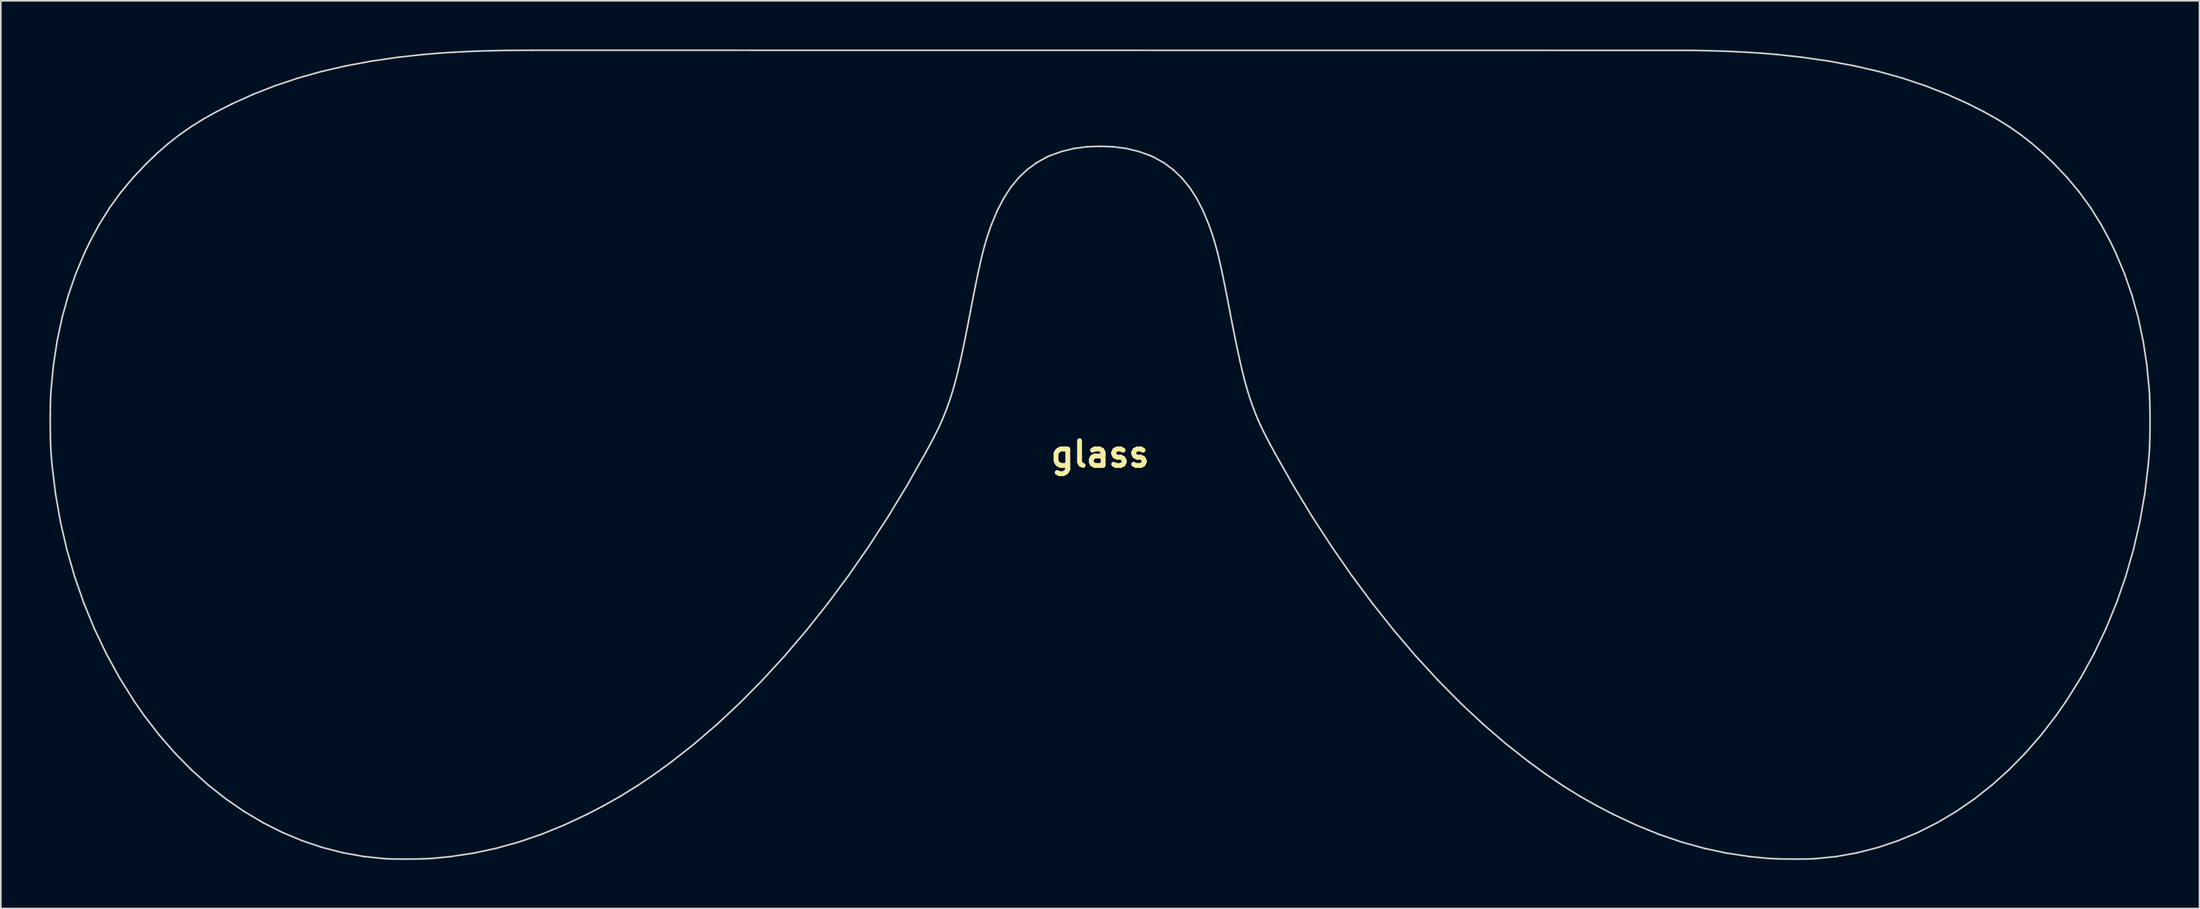
<source format=kicad_pcb>
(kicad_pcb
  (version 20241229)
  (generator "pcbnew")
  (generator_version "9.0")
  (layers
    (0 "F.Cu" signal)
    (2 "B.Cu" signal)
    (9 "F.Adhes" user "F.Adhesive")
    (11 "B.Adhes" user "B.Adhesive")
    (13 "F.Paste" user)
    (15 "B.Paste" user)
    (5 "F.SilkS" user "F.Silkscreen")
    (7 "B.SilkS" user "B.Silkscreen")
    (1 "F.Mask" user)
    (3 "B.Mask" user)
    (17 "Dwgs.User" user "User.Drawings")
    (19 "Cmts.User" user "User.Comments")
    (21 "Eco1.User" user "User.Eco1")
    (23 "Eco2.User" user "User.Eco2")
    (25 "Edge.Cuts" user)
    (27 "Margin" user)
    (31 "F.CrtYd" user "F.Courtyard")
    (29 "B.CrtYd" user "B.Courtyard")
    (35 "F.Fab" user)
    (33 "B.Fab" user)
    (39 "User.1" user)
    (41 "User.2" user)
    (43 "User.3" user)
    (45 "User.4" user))
  (footprint "glass"
    (layer "F.Cu")
    (at 64.815 5.978)
    (property "Reference" "glass" (at 0 19 0) (layer "F.SilkS") (effects (font (size 1.524 1.524) (thickness 0.3))))
    (attr through_hole)
    (fp_line (start -64.765 17.101) (end -64.764 16.576) (stroke (width 0.1) (type solid)) (layer "Edge.Cuts"))
    (fp_line (start -64.764 16.576) (end -64.757 16.069) (stroke (width 0.1) (type solid)) (layer "Edge.Cuts"))
    (fp_line (start -64.761 17.621) (end -64.765 17.101) (stroke (width 0.1) (type solid)) (layer "Edge.Cuts"))
    (fp_line (start -64.757 16.069) (end -64.745 15.602) (stroke (width 0.1) (type solid)) (layer "Edge.Cuts"))
    (fp_line (start -64.752 18.111) (end -64.761 17.621) (stroke (width 0.1) (type solid)) (layer "Edge.Cuts"))
    (fp_line (start -64.745 15.602) (end -64.728 15.2) (stroke (width 0.1) (type solid)) (layer "Edge.Cuts"))
    (fp_line (start -64.737 18.548) (end -64.752 18.111) (stroke (width 0.1) (type solid)) (layer "Edge.Cuts"))
    (fp_line (start -64.728 15.2) (end -64.717 15.033) (stroke (width 0.1) (type solid)) (layer "Edge.Cuts"))
    (fp_line (start -64.717 15.033) (end -64.566 13.489) (stroke (width 0.1) (type solid)) (layer "Edge.Cuts"))
    (fp_line (start -64.717 18.91) (end -64.737 18.548) (stroke (width 0.1) (type solid)) (layer "Edge.Cuts"))
    (fp_line (start -64.655 19.66) (end -64.717 18.91) (stroke (width 0.1) (type solid)) (layer "Edge.Cuts"))
    (fp_line (start -64.566 13.489) (end -64.34 12.005) (stroke (width 0.1) (type solid)) (layer "Edge.Cuts"))
    (fp_line (start -64.442 21.425) (end -64.655 19.66) (stroke (width 0.1) (type solid)) (layer "Edge.Cuts"))
    (fp_line (start -64.34 12.005) (end -64.037 10.578) (stroke (width 0.1) (type solid)) (layer "Edge.Cuts"))
    (fp_line (start -64.138 23.163) (end -64.442 21.425) (stroke (width 0.1) (type solid)) (layer "Edge.Cuts"))
    (fp_line (start -64.037 10.578) (end -63.655 9.201) (stroke (width 0.1) (type solid)) (layer "Edge.Cuts"))
    (fp_line (start -63.744 24.871) (end -64.138 23.163) (stroke (width 0.1) (type solid)) (layer "Edge.Cuts"))
    (fp_line (start -63.655 9.201) (end -63.194 7.87) (stroke (width 0.1) (type solid)) (layer "Edge.Cuts"))
    (fp_line (start -63.263 26.544) (end -63.744 24.871) (stroke (width 0.1) (type solid)) (layer "Edge.Cuts"))
    (fp_line (start -63.194 7.87) (end -62.652 6.58) (stroke (width 0.1) (type solid)) (layer "Edge.Cuts"))
    (fp_line (start -62.695 28.178) (end -63.263 26.544) (stroke (width 0.1) (type solid)) (layer "Edge.Cuts"))
    (fp_line (start -62.652 6.58) (end -62.329 5.906) (stroke (width 0.1) (type solid)) (layer "Edge.Cuts"))
    (fp_line (start -62.329 5.906) (end -61.742 4.815) (stroke (width 0.1) (type solid)) (layer "Edge.Cuts"))
    (fp_line (start -62.041 29.769) (end -62.695 28.178) (stroke (width 0.1) (type solid)) (layer "Edge.Cuts"))
    (fp_line (start -61.742 4.815) (end -61.109 3.801) (stroke (width 0.1) (type solid)) (layer "Edge.Cuts"))
    (fp_line (start -61.304 31.313) (end -62.041 29.769) (stroke (width 0.1) (type solid)) (layer "Edge.Cuts"))
    (fp_line (start -61.109 3.801) (end -60.416 2.843) (stroke (width 0.1) (type solid)) (layer "Edge.Cuts"))
    (fp_line (start -60.484 32.806) (end -61.304 31.313) (stroke (width 0.1) (type solid)) (layer "Edge.Cuts"))
    (fp_line (start -60.416 2.843) (end -59.65 1.926) (stroke (width 0.1) (type solid)) (layer "Edge.Cuts"))
    (fp_line (start -59.65 1.926) (end -58.833 1.063) (stroke (width 0.1) (type solid)) (layer "Edge.Cuts"))
    (fp_line (start -59.582 34.245) (end -60.484 32.806) (stroke (width 0.1) (type solid)) (layer "Edge.Cuts"))
    (fp_line (start -58.955 35.144) (end -59.582 34.245) (stroke (width 0.1) (type solid)) (layer "Edge.Cuts"))
    (fp_line (start -58.833 1.063) (end -58.159 0.418) (stroke (width 0.1) (type solid)) (layer "Edge.Cuts"))
    (fp_line (start -58.159 0.418) (end -57.489 -0.167) (stroke (width 0.1) (type solid)) (layer "Edge.Cuts"))
    (fp_line (start -58.04 36.328) (end -58.955 35.144) (stroke (width 0.1) (type solid)) (layer "Edge.Cuts"))
    (fp_line (start -57.489 -0.167) (end -56.806 -0.702) (stroke (width 0.1) (type solid)) (layer "Edge.Cuts"))
    (fp_line (start -57.078 37.433) (end -58.04 36.328) (stroke (width 0.1) (type solid)) (layer "Edge.Cuts"))
    (fp_line (start -56.806 -0.702) (end -56.094 -1.2) (stroke (width 0.1) (type solid)) (layer "Edge.Cuts"))
    (fp_line (start -56.094 -1.2) (end -55.335 -1.674) (stroke (width 0.1) (type solid)) (layer "Edge.Cuts"))
    (fp_line (start -56.072 38.458) (end -57.078 37.433) (stroke (width 0.1) (type solid)) (layer "Edge.Cuts"))
    (fp_line (start -55.335 -1.674) (end -54.513 -2.134) (stroke (width 0.1) (type solid)) (layer "Edge.Cuts"))
    (fp_line (start -55.022 39.402) (end -56.072 38.458) (stroke (width 0.1) (type solid)) (layer "Edge.Cuts"))
    (fp_line (start -54.513 -2.134) (end -53.609 -2.592) (stroke (width 0.1) (type solid)) (layer "Edge.Cuts"))
    (fp_line (start -53.934 40.262) (end -55.022 39.402) (stroke (width 0.1) (type solid)) (layer "Edge.Cuts"))
    (fp_line (start -53.609 -2.592) (end -53.56 -2.616) (stroke (width 0.1) (type solid)) (layer "Edge.Cuts"))
    (fp_line (start -53.56 -2.616) (end -52.252 -3.208) (stroke (width 0.1) (type solid)) (layer "Edge.Cuts"))
    (fp_line (start -52.808 41.038) (end -53.934 40.262) (stroke (width 0.1) (type solid)) (layer "Edge.Cuts"))
    (fp_line (start -52.252 -3.208) (end -50.9 -3.737) (stroke (width 0.1) (type solid)) (layer "Edge.Cuts"))
    (fp_line (start -51.648 41.727) (end -52.808 41.038) (stroke (width 0.1) (type solid)) (layer "Edge.Cuts"))
    (fp_line (start -50.9 -3.737) (end -49.498 -4.206) (stroke (width 0.1) (type solid)) (layer "Edge.Cuts"))
    (fp_line (start -50.456 42.328) (end -51.648 41.727) (stroke (width 0.1) (type solid)) (layer "Edge.Cuts"))
    (fp_line (start -49.498 -4.206) (end -48.04 -4.615) (stroke (width 0.1) (type solid)) (layer "Edge.Cuts"))
    (fp_line (start -49.235 42.839) (end -50.456 42.328) (stroke (width 0.1) (type solid)) (layer "Edge.Cuts"))
    (fp_line (start -48.04 -4.615) (end -46.519 -4.966) (stroke (width 0.1) (type solid)) (layer "Edge.Cuts"))
    (fp_line (start -47.988 43.259) (end -49.235 42.839) (stroke (width 0.1) (type solid)) (layer "Edge.Cuts"))
    (fp_line (start -46.717 43.586) (end -47.988 43.259) (stroke (width 0.1) (type solid)) (layer "Edge.Cuts"))
    (fp_line (start -46.519 -4.966) (end -44.932 -5.26) (stroke (width 0.1) (type solid)) (layer "Edge.Cuts"))
    (fp_line (start -45.425 43.818) (end -46.717 43.586) (stroke (width 0.1) (type solid)) (layer "Edge.Cuts"))
    (fp_line (start -44.932 -5.26) (end -43.27 -5.5) (stroke (width 0.1) (type solid)) (layer "Edge.Cuts"))
    (fp_line (start -44.114 43.953) (end -45.425 43.818) (stroke (width 0.1) (type solid)) (layer "Edge.Cuts"))
    (fp_line (start -43.859 43.965) (end -44.114 43.953) (stroke (width 0.1) (type solid)) (layer "Edge.Cuts"))
    (fp_line (start -43.515 43.973) (end -43.859 43.965) (stroke (width 0.1) (type solid)) (layer "Edge.Cuts"))
    (fp_line (start -43.27 -5.5) (end -41.729 -5.667) (stroke (width 0.1) (type solid)) (layer "Edge.Cuts"))
    (fp_line (start -43.12 43.977) (end -43.515 43.973) (stroke (width 0.1) (type solid)) (layer "Edge.Cuts"))
    (fp_line (start -42.698 43.977) (end -43.12 43.977) (stroke (width 0.1) (type solid)) (layer "Edge.Cuts"))
    (fp_line (start -42.274 43.972) (end -42.698 43.977) (stroke (width 0.1) (type solid)) (layer "Edge.Cuts"))
    (fp_line (start -41.871 43.964) (end -42.274 43.972) (stroke (width 0.1) (type solid)) (layer "Edge.Cuts"))
    (fp_line (start -41.729 -5.667) (end -40.78 -5.747) (stroke (width 0.1) (type solid)) (layer "Edge.Cuts"))
    (fp_line (start -41.516 43.951) (end -41.871 43.964) (stroke (width 0.1) (type solid)) (layer "Edge.Cuts"))
    (fp_line (start -41.231 43.936) (end -41.516 43.951) (stroke (width 0.1) (type solid)) (layer "Edge.Cuts"))
    (fp_line (start -40.78 -5.747) (end -39.781 -5.811) (stroke (width 0.1) (type solid)) (layer "Edge.Cuts"))
    (fp_line (start -40.102 43.827) (end -41.231 43.936) (stroke (width 0.1) (type solid)) (layer "Edge.Cuts"))
    (fp_line (start -39.781 -5.811) (end -38.726 -5.862) (stroke (width 0.1) (type solid)) (layer "Edge.Cuts"))
    (fp_line (start -38.726 -5.862) (end -37.61 -5.898) (stroke (width 0.1) (type solid)) (layer "Edge.Cuts"))
    (fp_line (start -38.678 43.614) (end -40.102 43.827) (stroke (width 0.1) (type solid)) (layer "Edge.Cuts"))
    (fp_line (start -37.61 -5.898) (end -36.429 -5.92) (stroke (width 0.1) (type solid)) (layer "Edge.Cuts"))
    (fp_line (start -37.272 43.315) (end -38.678 43.614) (stroke (width 0.1) (type solid)) (layer "Edge.Cuts"))
    (fp_line (start -36.429 -5.92) (end -35 -5.928) (stroke (width 0.1) (type solid)) (layer "Edge.Cuts"))
    (fp_line (start -35.875 42.929) (end -37.272 43.315) (stroke (width 0.1) (type solid)) (layer "Edge.Cuts"))
    (fp_line (start -35 -5.928) (end 36.429 -5.92) (stroke (width 0.1) (type solid)) (layer "Edge.Cuts"))
    (fp_line (start -34.48 42.453) (end -35.875 42.929) (stroke (width 0.1) (type solid)) (layer "Edge.Cuts"))
    (fp_line (start -33.079 41.884) (end -34.48 42.453) (stroke (width 0.1) (type solid)) (layer "Edge.Cuts"))
    (fp_line (start -31.663 41.221) (end -33.079 41.884) (stroke (width 0.1) (type solid)) (layer "Edge.Cuts"))
    (fp_line (start -30.673 40.708) (end -31.663 41.221) (stroke (width 0.1) (type solid)) (layer "Edge.Cuts"))
    (fp_line (start -29.608 40.107) (end -30.673 40.708) (stroke (width 0.1) (type solid)) (layer "Edge.Cuts"))
    (fp_line (start -28.569 39.464) (end -29.608 40.107) (stroke (width 0.1) (type solid)) (layer "Edge.Cuts"))
    (fp_line (start -27.531 38.766) (end -28.569 39.464) (stroke (width 0.1) (type solid)) (layer "Edge.Cuts"))
    (fp_line (start -26.469 37.995) (end -27.531 38.766) (stroke (width 0.1) (type solid)) (layer "Edge.Cuts"))
    (fp_line (start -25.058 36.887) (end -26.469 37.995) (stroke (width 0.1) (type solid)) (layer "Edge.Cuts"))
    (fp_line (start -23.63 35.659) (end -25.058 36.887) (stroke (width 0.1) (type solid)) (layer "Edge.Cuts"))
    (fp_line (start -22.219 34.339) (end -23.63 35.659) (stroke (width 0.1) (type solid)) (layer "Edge.Cuts"))
    (fp_line (start -20.828 32.931) (end -22.219 34.339) (stroke (width 0.1) (type solid)) (layer "Edge.Cuts"))
    (fp_line (start -19.46 31.438) (end -20.828 32.931) (stroke (width 0.1) (type solid)) (layer "Edge.Cuts"))
    (fp_line (start -18.118 29.864) (end -19.46 31.438) (stroke (width 0.1) (type solid)) (layer "Edge.Cuts"))
    (fp_line (start -16.805 28.212) (end -18.118 29.864) (stroke (width 0.1) (type solid)) (layer "Edge.Cuts"))
    (fp_line (start -15.523 26.486) (end -16.805 28.212) (stroke (width 0.1) (type solid)) (layer "Edge.Cuts"))
    (fp_line (start -14.276 24.69) (end -15.523 26.486) (stroke (width 0.1) (type solid)) (layer "Edge.Cuts"))
    (fp_line (start -13.066 22.827) (end -14.276 24.69) (stroke (width 0.1) (type solid)) (layer "Edge.Cuts"))
    (fp_line (start -11.897 20.9) (end -13.066 22.827) (stroke (width 0.1) (type solid)) (layer "Edge.Cuts"))
    (fp_line (start -10.772 18.913) (end -11.897 20.9) (stroke (width 0.1) (type solid)) (layer "Edge.Cuts"))
    (fp_line (start -10.498 18.408) (end -10.772 18.913) (stroke (width 0.1) (type solid)) (layer "Edge.Cuts"))
    (fp_line (start -10.265 17.968) (end -10.498 18.408) (stroke (width 0.1) (type solid)) (layer "Edge.Cuts"))
    (fp_line (start -10.068 17.579) (end -10.265 17.968) (stroke (width 0.1) (type solid)) (layer "Edge.Cuts"))
    (fp_line (start -9.899 17.227) (end -10.068 17.579) (stroke (width 0.1) (type solid)) (layer "Edge.Cuts"))
    (fp_line (start -9.749 16.894) (end -9.899 17.227) (stroke (width 0.1) (type solid)) (layer "Edge.Cuts"))
    (fp_line (start -9.611 16.563) (end -9.749 16.894) (stroke (width 0.1) (type solid)) (layer "Edge.Cuts"))
    (fp_line (start -9.477 16.219) (end -9.611 16.563) (stroke (width 0.1) (type solid)) (layer "Edge.Cuts"))
    (fp_line (start -9.383 15.967) (end -9.477 16.219) (stroke (width 0.1) (type solid)) (layer "Edge.Cuts"))
    (fp_line (start -9.251 15.583) (end -9.383 15.967) (stroke (width 0.1) (type solid)) (layer "Edge.Cuts"))
    (fp_line (start -9.123 15.179) (end -9.251 15.583) (stroke (width 0.1) (type solid)) (layer "Edge.Cuts"))
    (fp_line (start -8.997 14.747) (end -9.123 15.179) (stroke (width 0.1) (type solid)) (layer "Edge.Cuts"))
    (fp_line (start -8.871 14.278) (end -8.997 14.747) (stroke (width 0.1) (type solid)) (layer "Edge.Cuts"))
    (fp_line (start -8.744 13.764) (end -8.871 14.278) (stroke (width 0.1) (type solid)) (layer "Edge.Cuts"))
    (fp_line (start -8.612 13.194) (end -8.744 13.764) (stroke (width 0.1) (type solid)) (layer "Edge.Cuts"))
    (fp_line (start -8.475 12.561) (end -8.612 13.194) (stroke (width 0.1) (type solid)) (layer "Edge.Cuts"))
    (fp_line (start -8.329 11.856) (end -8.475 12.561) (stroke (width 0.1) (type solid)) (layer "Edge.Cuts"))
    (fp_line (start -8.172 11.071) (end -8.329 11.856) (stroke (width 0.1) (type solid)) (layer "Edge.Cuts"))
    (fp_line (start -8.003 10.195) (end -8.172 11.071) (stroke (width 0.1) (type solid)) (layer "Edge.Cuts"))
    (fp_line (start -7.946 9.896) (end -8.003 10.195) (stroke (width 0.1) (type solid)) (layer "Edge.Cuts"))
    (fp_line (start -7.802 9.154) (end -7.946 9.896) (stroke (width 0.1) (type solid)) (layer "Edge.Cuts"))
    (fp_line (start -7.671 8.497) (end -7.802 9.154) (stroke (width 0.1) (type solid)) (layer "Edge.Cuts"))
    (fp_line (start -7.551 7.915) (end -7.671 8.497) (stroke (width 0.1) (type solid)) (layer "Edge.Cuts"))
    (fp_line (start -7.44 7.399) (end -7.551 7.915) (stroke (width 0.1) (type solid)) (layer "Edge.Cuts"))
    (fp_line (start -7.334 6.938) (end -7.44 7.399) (stroke (width 0.1) (type solid)) (layer "Edge.Cuts"))
    (fp_line (start -7.233 6.525) (end -7.334 6.938) (stroke (width 0.1) (type solid)) (layer "Edge.Cuts"))
    (fp_line (start -7.133 6.148) (end -7.233 6.525) (stroke (width 0.1) (type solid)) (layer "Edge.Cuts"))
    (fp_line (start -7.031 5.799) (end -7.133 6.148) (stroke (width 0.1) (type solid)) (layer "Edge.Cuts"))
    (fp_line (start -6.927 5.467) (end -7.031 5.799) (stroke (width 0.1) (type solid)) (layer "Edge.Cuts"))
    (fp_line (start -6.817 5.143) (end -6.927 5.467) (stroke (width 0.1) (type solid)) (layer "Edge.Cuts"))
    (fp_line (start -6.7 4.818) (end -6.817 5.143) (stroke (width 0.1) (type solid)) (layer "Edge.Cuts"))
    (fp_line (start -6.697 4.812) (end -6.7 4.818) (stroke (width 0.1) (type solid)) (layer "Edge.Cuts"))
    (fp_line (start -6.345 3.964) (end -6.697 4.812) (stroke (width 0.1) (type solid)) (layer "Edge.Cuts"))
    (fp_line (start -5.951 3.206) (end -6.345 3.964) (stroke (width 0.1) (type solid)) (layer "Edge.Cuts"))
    (fp_line (start -5.515 2.534) (end -5.951 3.206) (stroke (width 0.1) (type solid)) (layer "Edge.Cuts"))
    (fp_line (start -5.034 1.946) (end -5.515 2.534) (stroke (width 0.1) (type solid)) (layer "Edge.Cuts"))
    (fp_line (start -4.506 1.441) (end -5.034 1.946) (stroke (width 0.1) (type solid)) (layer "Edge.Cuts"))
    (fp_line (start -3.93 1.016) (end -4.506 1.441) (stroke (width 0.1) (type solid)) (layer "Edge.Cuts"))
    (fp_line (start -3.304 0.669) (end -3.93 1.016) (stroke (width 0.1) (type solid)) (layer "Edge.Cuts"))
    (fp_line (start -3.092 0.573) (end -3.304 0.669) (stroke (width 0.1) (type solid)) (layer "Edge.Cuts"))
    (fp_line (start -2.368 0.314) (end -3.092 0.573) (stroke (width 0.1) (type solid)) (layer "Edge.Cuts"))
    (fp_line (start -1.601 0.131) (end -2.368 0.314) (stroke (width 0.1) (type solid)) (layer "Edge.Cuts"))
    (fp_line (start -0.807 0.027) (end -1.601 0.131) (stroke (width 0.1) (type solid)) (layer "Edge.Cuts"))
    (fp_line (start 0 0) (end -0.807 0.027) (stroke (width 0.1) (type solid)) (layer "Edge.Cuts"))
    (fp_line (start 0.807 0.027) (end 0 0) (stroke (width 0.1) (type solid)) (layer "Edge.Cuts"))
    (fp_line (start 1.601 0.131) (end 0.807 0.027) (stroke (width 0.1) (type solid)) (layer "Edge.Cuts"))
    (fp_line (start 2.368 0.314) (end 1.601 0.131) (stroke (width 0.1) (type solid)) (layer "Edge.Cuts"))
    (fp_line (start 3.092 0.573) (end 2.368 0.314) (stroke (width 0.1) (type solid)) (layer "Edge.Cuts"))
    (fp_line (start 3.304 0.669) (end 3.092 0.573) (stroke (width 0.1) (type solid)) (layer "Edge.Cuts"))
    (fp_line (start 3.93 1.016) (end 3.304 0.669) (stroke (width 0.1) (type solid)) (layer "Edge.Cuts"))
    (fp_line (start 4.506 1.441) (end 3.93 1.016) (stroke (width 0.1) (type solid)) (layer "Edge.Cuts"))
    (fp_line (start 5.034 1.946) (end 4.506 1.441) (stroke (width 0.1) (type solid)) (layer "Edge.Cuts"))
    (fp_line (start 5.515 2.534) (end 5.034 1.946) (stroke (width 0.1) (type solid)) (layer "Edge.Cuts"))
    (fp_line (start 5.951 3.206) (end 5.515 2.534) (stroke (width 0.1) (type solid)) (layer "Edge.Cuts"))
    (fp_line (start 6.345 3.964) (end 5.951 3.206) (stroke (width 0.1) (type solid)) (layer "Edge.Cuts"))
    (fp_line (start 6.697 4.812) (end 6.345 3.964) (stroke (width 0.1) (type solid)) (layer "Edge.Cuts"))
    (fp_line (start 6.7 4.818) (end 6.697 4.812) (stroke (width 0.1) (type solid)) (layer "Edge.Cuts"))
    (fp_line (start 6.817 5.143) (end 6.7 4.818) (stroke (width 0.1) (type solid)) (layer "Edge.Cuts"))
    (fp_line (start 6.927 5.467) (end 6.817 5.143) (stroke (width 0.1) (type solid)) (layer "Edge.Cuts"))
    (fp_line (start 7.031 5.799) (end 6.927 5.467) (stroke (width 0.1) (type solid)) (layer "Edge.Cuts"))
    (fp_line (start 7.133 6.148) (end 7.031 5.799) (stroke (width 0.1) (type solid)) (layer "Edge.Cuts"))
    (fp_line (start 7.233 6.525) (end 7.133 6.148) (stroke (width 0.1) (type solid)) (layer "Edge.Cuts"))
    (fp_line (start 7.334 6.938) (end 7.233 6.525) (stroke (width 0.1) (type solid)) (layer "Edge.Cuts"))
    (fp_line (start 7.44 7.399) (end 7.334 6.938) (stroke (width 0.1) (type solid)) (layer "Edge.Cuts"))
    (fp_line (start 7.551 7.915) (end 7.44 7.399) (stroke (width 0.1) (type solid)) (layer "Edge.Cuts"))
    (fp_line (start 7.671 8.497) (end 7.551 7.915) (stroke (width 0.1) (type solid)) (layer "Edge.Cuts"))
    (fp_line (start 7.802 9.154) (end 7.671 8.497) (stroke (width 0.1) (type solid)) (layer "Edge.Cuts"))
    (fp_line (start 7.946 9.896) (end 7.802 9.154) (stroke (width 0.1) (type solid)) (layer "Edge.Cuts"))
    (fp_line (start 8.003 10.195) (end 7.946 9.896) (stroke (width 0.1) (type solid)) (layer "Edge.Cuts"))
    (fp_line (start 8.172 11.071) (end 8.003 10.195) (stroke (width 0.1) (type solid)) (layer "Edge.Cuts"))
    (fp_line (start 8.329 11.856) (end 8.172 11.071) (stroke (width 0.1) (type solid)) (layer "Edge.Cuts"))
    (fp_line (start 8.475 12.561) (end 8.329 11.856) (stroke (width 0.1) (type solid)) (layer "Edge.Cuts"))
    (fp_line (start 8.612 13.194) (end 8.475 12.561) (stroke (width 0.1) (type solid)) (layer "Edge.Cuts"))
    (fp_line (start 8.744 13.764) (end 8.612 13.194) (stroke (width 0.1) (type solid)) (layer "Edge.Cuts"))
    (fp_line (start 8.871 14.278) (end 8.744 13.764) (stroke (width 0.1) (type solid)) (layer "Edge.Cuts"))
    (fp_line (start 8.997 14.747) (end 8.871 14.278) (stroke (width 0.1) (type solid)) (layer "Edge.Cuts"))
    (fp_line (start 9.123 15.179) (end 8.997 14.747) (stroke (width 0.1) (type solid)) (layer "Edge.Cuts"))
    (fp_line (start 9.251 15.583) (end 9.123 15.179) (stroke (width 0.1) (type solid)) (layer "Edge.Cuts"))
    (fp_line (start 9.383 15.967) (end 9.251 15.583) (stroke (width 0.1) (type solid)) (layer "Edge.Cuts"))
    (fp_line (start 9.477 16.219) (end 9.383 15.967) (stroke (width 0.1) (type solid)) (layer "Edge.Cuts"))
    (fp_line (start 9.611 16.563) (end 9.477 16.219) (stroke (width 0.1) (type solid)) (layer "Edge.Cuts"))
    (fp_line (start 9.749 16.894) (end 9.611 16.563) (stroke (width 0.1) (type solid)) (layer "Edge.Cuts"))
    (fp_line (start 9.899 17.227) (end 9.749 16.894) (stroke (width 0.1) (type solid)) (layer "Edge.Cuts"))
    (fp_line (start 10.068 17.579) (end 9.899 17.227) (stroke (width 0.1) (type solid)) (layer "Edge.Cuts"))
    (fp_line (start 10.265 17.968) (end 10.068 17.579) (stroke (width 0.1) (type solid)) (layer "Edge.Cuts"))
    (fp_line (start 10.498 18.408) (end 10.265 17.968) (stroke (width 0.1) (type solid)) (layer "Edge.Cuts"))
    (fp_line (start 10.772 18.913) (end 10.498 18.408) (stroke (width 0.1) (type solid)) (layer "Edge.Cuts"))
    (fp_line (start 11.897 20.9) (end 10.772 18.913) (stroke (width 0.1) (type solid)) (layer "Edge.Cuts"))
    (fp_line (start 13.066 22.827) (end 11.897 20.9) (stroke (width 0.1) (type solid)) (layer "Edge.Cuts"))
    (fp_line (start 14.276 24.69) (end 13.066 22.827) (stroke (width 0.1) (type solid)) (layer "Edge.Cuts"))
    (fp_line (start 15.523 26.486) (end 14.276 24.69) (stroke (width 0.1) (type solid)) (layer "Edge.Cuts"))
    (fp_line (start 16.805 28.212) (end 15.523 26.486) (stroke (width 0.1) (type solid)) (layer "Edge.Cuts"))
    (fp_line (start 18.118 29.864) (end 16.805 28.212) (stroke (width 0.1) (type solid)) (layer "Edge.Cuts"))
    (fp_line (start 19.46 31.438) (end 18.118 29.864) (stroke (width 0.1) (type solid)) (layer "Edge.Cuts"))
    (fp_line (start 20.828 32.931) (end 19.46 31.438) (stroke (width 0.1) (type solid)) (layer "Edge.Cuts"))
    (fp_line (start 22.219 34.339) (end 20.828 32.931) (stroke (width 0.1) (type solid)) (layer "Edge.Cuts"))
    (fp_line (start 23.63 35.659) (end 22.219 34.339) (stroke (width 0.1) (type solid)) (layer "Edge.Cuts"))
    (fp_line (start 25.058 36.887) (end 23.63 35.659) (stroke (width 0.1) (type solid)) (layer "Edge.Cuts"))
    (fp_line (start 26.469 37.995) (end 25.058 36.887) (stroke (width 0.1) (type solid)) (layer "Edge.Cuts"))
    (fp_line (start 27.531 38.766) (end 26.469 37.995) (stroke (width 0.1) (type solid)) (layer "Edge.Cuts"))
    (fp_line (start 28.569 39.464) (end 27.531 38.766) (stroke (width 0.1) (type solid)) (layer "Edge.Cuts"))
    (fp_line (start 29.608 40.107) (end 28.569 39.464) (stroke (width 0.1) (type solid)) (layer "Edge.Cuts"))
    (fp_line (start 30.673 40.708) (end 29.608 40.107) (stroke (width 0.1) (type solid)) (layer "Edge.Cuts"))
    (fp_line (start 31.663 41.221) (end 30.673 40.708) (stroke (width 0.1) (type solid)) (layer "Edge.Cuts"))
    (fp_line (start 33.079 41.884) (end 31.663 41.221) (stroke (width 0.1) (type solid)) (layer "Edge.Cuts"))
    (fp_line (start 34.48 42.453) (end 33.079 41.884) (stroke (width 0.1) (type solid)) (layer "Edge.Cuts"))
    (fp_line (start 35.875 42.929) (end 34.48 42.453) (stroke (width 0.1) (type solid)) (layer "Edge.Cuts"))
    (fp_line (start 36.429 -5.92) (end 37.61 -5.898) (stroke (width 0.1) (type solid)) (layer "Edge.Cuts"))
    (fp_line (start 37.272 43.315) (end 35.875 42.929) (stroke (width 0.1) (type solid)) (layer "Edge.Cuts"))
    (fp_line (start 37.61 -5.898) (end 38.726 -5.862) (stroke (width 0.1) (type solid)) (layer "Edge.Cuts"))
    (fp_line (start 38.678 43.614) (end 37.272 43.315) (stroke (width 0.1) (type solid)) (layer "Edge.Cuts"))
    (fp_line (start 38.726 -5.862) (end 39.781 -5.811) (stroke (width 0.1) (type solid)) (layer "Edge.Cuts"))
    (fp_line (start 39.781 -5.811) (end 40.78 -5.747) (stroke (width 0.1) (type solid)) (layer "Edge.Cuts"))
    (fp_line (start 40.102 43.827) (end 38.678 43.614) (stroke (width 0.1) (type solid)) (layer "Edge.Cuts"))
    (fp_line (start 40.78 -5.747) (end 41.729 -5.667) (stroke (width 0.1) (type solid)) (layer "Edge.Cuts"))
    (fp_line (start 41.231 43.936) (end 40.102 43.827) (stroke (width 0.1) (type solid)) (layer "Edge.Cuts"))
    (fp_line (start 41.516 43.951) (end 41.231 43.936) (stroke (width 0.1) (type solid)) (layer "Edge.Cuts"))
    (fp_line (start 41.729 -5.667) (end 43.27 -5.5) (stroke (width 0.1) (type solid)) (layer "Edge.Cuts"))
    (fp_line (start 41.871 43.964) (end 41.516 43.951) (stroke (width 0.1) (type solid)) (layer "Edge.Cuts"))
    (fp_line (start 42.274 43.972) (end 41.871 43.964) (stroke (width 0.1) (type solid)) (layer "Edge.Cuts"))
    (fp_line (start 42.698 43.977) (end 42.274 43.972) (stroke (width 0.1) (type solid)) (layer "Edge.Cuts"))
    (fp_line (start 43.12 43.977) (end 42.698 43.977) (stroke (width 0.1) (type solid)) (layer "Edge.Cuts"))
    (fp_line (start 43.27 -5.5) (end 44.932 -5.26) (stroke (width 0.1) (type solid)) (layer "Edge.Cuts"))
    (fp_line (start 43.515 43.973) (end 43.12 43.977) (stroke (width 0.1) (type solid)) (layer "Edge.Cuts"))
    (fp_line (start 43.859 43.965) (end 43.515 43.973) (stroke (width 0.1) (type solid)) (layer "Edge.Cuts"))
    (fp_line (start 44.114 43.953) (end 43.859 43.965) (stroke (width 0.1) (type solid)) (layer "Edge.Cuts"))
    (fp_line (start 44.932 -5.26) (end 46.519 -4.966) (stroke (width 0.1) (type solid)) (layer "Edge.Cuts"))
    (fp_line (start 45.425 43.818) (end 44.114 43.953) (stroke (width 0.1) (type solid)) (layer "Edge.Cuts"))
    (fp_line (start 46.519 -4.966) (end 48.04 -4.615) (stroke (width 0.1) (type solid)) (layer "Edge.Cuts"))
    (fp_line (start 46.717 43.586) (end 45.425 43.818) (stroke (width 0.1) (type solid)) (layer "Edge.Cuts"))
    (fp_line (start 47.988 43.259) (end 46.717 43.586) (stroke (width 0.1) (type solid)) (layer "Edge.Cuts"))
    (fp_line (start 48.04 -4.615) (end 49.498 -4.206) (stroke (width 0.1) (type solid)) (layer "Edge.Cuts"))
    (fp_line (start 49.235 42.839) (end 47.988 43.259) (stroke (width 0.1) (type solid)) (layer "Edge.Cuts"))
    (fp_line (start 49.498 -4.206) (end 50.9 -3.737) (stroke (width 0.1) (type solid)) (layer "Edge.Cuts"))
    (fp_line (start 50.456 42.328) (end 49.235 42.839) (stroke (width 0.1) (type solid)) (layer "Edge.Cuts"))
    (fp_line (start 50.9 -3.737) (end 52.252 -3.208) (stroke (width 0.1) (type solid)) (layer "Edge.Cuts"))
    (fp_line (start 51.648 41.727) (end 50.456 42.328) (stroke (width 0.1) (type solid)) (layer "Edge.Cuts"))
    (fp_line (start 52.252 -3.208) (end 53.56 -2.616) (stroke (width 0.1) (type solid)) (layer "Edge.Cuts"))
    (fp_line (start 52.808 41.038) (end 51.648 41.727) (stroke (width 0.1) (type solid)) (layer "Edge.Cuts"))
    (fp_line (start 53.56 -2.616) (end 53.609 -2.592) (stroke (width 0.1) (type solid)) (layer "Edge.Cuts"))
    (fp_line (start 53.609 -2.592) (end 54.513 -2.134) (stroke (width 0.1) (type solid)) (layer "Edge.Cuts"))
    (fp_line (start 53.934 40.262) (end 52.808 41.038) (stroke (width 0.1) (type solid)) (layer "Edge.Cuts"))
    (fp_line (start 54.513 -2.134) (end 55.335 -1.674) (stroke (width 0.1) (type solid)) (layer "Edge.Cuts"))
    (fp_line (start 55.022 39.402) (end 53.934 40.262) (stroke (width 0.1) (type solid)) (layer "Edge.Cuts"))
    (fp_line (start 55.335 -1.674) (end 56.094 -1.2) (stroke (width 0.1) (type solid)) (layer "Edge.Cuts"))
    (fp_line (start 56.072 38.458) (end 55.022 39.402) (stroke (width 0.1) (type solid)) (layer "Edge.Cuts"))
    (fp_line (start 56.094 -1.2) (end 56.806 -0.702) (stroke (width 0.1) (type solid)) (layer "Edge.Cuts"))
    (fp_line (start 56.806 -0.702) (end 57.489 -0.167) (stroke (width 0.1) (type solid)) (layer "Edge.Cuts"))
    (fp_line (start 57.078 37.433) (end 56.072 38.458) (stroke (width 0.1) (type solid)) (layer "Edge.Cuts"))
    (fp_line (start 57.489 -0.167) (end 58.159 0.418) (stroke (width 0.1) (type solid)) (layer "Edge.Cuts"))
    (fp_line (start 58.04 36.328) (end 57.078 37.433) (stroke (width 0.1) (type solid)) (layer "Edge.Cuts"))
    (fp_line (start 58.159 0.418) (end 58.833 1.063) (stroke (width 0.1) (type solid)) (layer "Edge.Cuts"))
    (fp_line (start 58.833 1.063) (end 59.65 1.926) (stroke (width 0.1) (type solid)) (layer "Edge.Cuts"))
    (fp_line (start 58.955 35.144) (end 58.04 36.328) (stroke (width 0.1) (type solid)) (layer "Edge.Cuts"))
    (fp_line (start 59.582 34.245) (end 58.955 35.144) (stroke (width 0.1) (type solid)) (layer "Edge.Cuts"))
    (fp_line (start 59.65 1.926) (end 60.416 2.843) (stroke (width 0.1) (type solid)) (layer "Edge.Cuts"))
    (fp_line (start 60.416 2.843) (end 61.109 3.801) (stroke (width 0.1) (type solid)) (layer "Edge.Cuts"))
    (fp_line (start 60.484 32.806) (end 59.582 34.245) (stroke (width 0.1) (type solid)) (layer "Edge.Cuts"))
    (fp_line (start 61.109 3.801) (end 61.742 4.815) (stroke (width 0.1) (type solid)) (layer "Edge.Cuts"))
    (fp_line (start 61.304 31.313) (end 60.484 32.806) (stroke (width 0.1) (type solid)) (layer "Edge.Cuts"))
    (fp_line (start 61.742 4.815) (end 62.329 5.906) (stroke (width 0.1) (type solid)) (layer "Edge.Cuts"))
    (fp_line (start 62.041 29.769) (end 61.304 31.313) (stroke (width 0.1) (type solid)) (layer "Edge.Cuts"))
    (fp_line (start 62.329 5.906) (end 62.652 6.58) (stroke (width 0.1) (type solid)) (layer "Edge.Cuts"))
    (fp_line (start 62.652 6.58) (end 63.194 7.87) (stroke (width 0.1) (type solid)) (layer "Edge.Cuts"))
    (fp_line (start 62.695 28.178) (end 62.041 29.769) (stroke (width 0.1) (type solid)) (layer "Edge.Cuts"))
    (fp_line (start 63.194 7.87) (end 63.655 9.201) (stroke (width 0.1) (type solid)) (layer "Edge.Cuts"))
    (fp_line (start 63.263 26.544) (end 62.695 28.178) (stroke (width 0.1) (type solid)) (layer "Edge.Cuts"))
    (fp_line (start 63.655 9.201) (end 64.037 10.578) (stroke (width 0.1) (type solid)) (layer "Edge.Cuts"))
    (fp_line (start 63.744 24.871) (end 63.263 26.544) (stroke (width 0.1) (type solid)) (layer "Edge.Cuts"))
    (fp_line (start 64.037 10.578) (end 64.34 12.005) (stroke (width 0.1) (type solid)) (layer "Edge.Cuts"))
    (fp_line (start 64.138 23.163) (end 63.744 24.871) (stroke (width 0.1) (type solid)) (layer "Edge.Cuts"))
    (fp_line (start 64.34 12.005) (end 64.566 13.489) (stroke (width 0.1) (type solid)) (layer "Edge.Cuts"))
    (fp_line (start 64.442 21.425) (end 64.138 23.163) (stroke (width 0.1) (type solid)) (layer "Edge.Cuts"))
    (fp_line (start 64.566 13.489) (end 64.717 15.033) (stroke (width 0.1) (type solid)) (layer "Edge.Cuts"))
    (fp_line (start 64.655 19.66) (end 64.442 21.425) (stroke (width 0.1) (type solid)) (layer "Edge.Cuts"))
    (fp_line (start 64.717 18.91) (end 64.655 19.66) (stroke (width 0.1) (type solid)) (layer "Edge.Cuts"))
    (fp_line (start 64.717 15.033) (end 64.728 15.2) (stroke (width 0.1) (type solid)) (layer "Edge.Cuts"))
    (fp_line (start 64.728 15.2) (end 64.745 15.602) (stroke (width 0.1) (type solid)) (layer "Edge.Cuts"))
    (fp_line (start 64.737 18.548) (end 64.717 18.91) (stroke (width 0.1) (type solid)) (layer "Edge.Cuts"))
    (fp_line (start 64.745 15.602) (end 64.757 16.069) (stroke (width 0.1) (type solid)) (layer "Edge.Cuts"))
    (fp_line (start 64.752 18.111) (end 64.737 18.548) (stroke (width 0.1) (type solid)) (layer "Edge.Cuts"))
    (fp_line (start 64.757 16.069) (end 64.764 16.576) (stroke (width 0.1) (type solid)) (layer "Edge.Cuts"))
    (fp_line (start 64.761 17.621) (end 64.752 18.111) (stroke (width 0.1) (type solid)) (layer "Edge.Cuts"))
    (fp_line (start 64.764 16.576) (end 64.765 17.101) (stroke (width 0.1) (type solid)) (layer "Edge.Cuts"))
    (fp_line (start 64.765 17.101) (end 64.761 17.621) (stroke (width 0.1) (type solid)) (layer "Edge.Cuts")))
  (gr_rect
    (start -3 -3)
    (end 132.63 53.005)
    (stroke (width 0.1) (type default))
    (fill no)
    (layer "Edge.Cuts")))
</source>
